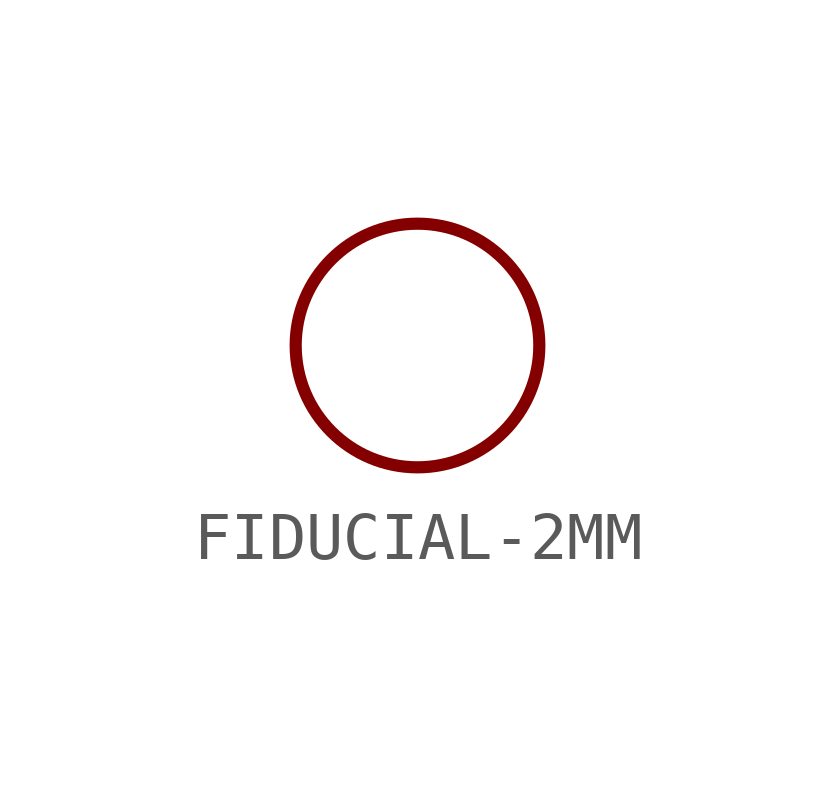
<source format=kicad_sym>
(kicad_symbol_lib
  (version 20211014)
  (generator kicad_symbol_editor)
  (symbol "FIDUCIAL-2MM"
    (property "Reference" ""
      (at 0 0 0)
      (effects (font (size 1.27 1.27)) hide))
    (property "ki_locked" ""
      (at 0 0 0)
      (effects (font (size 1.27 1.27))))
    (symbol "FIDUCIAL-2MM_1_0"
      (circle (center 0 0) (radius 2.54) (stroke (width 0.254) (type default) (color 0 0 0 0)) (fill (type none))))))
</source>
